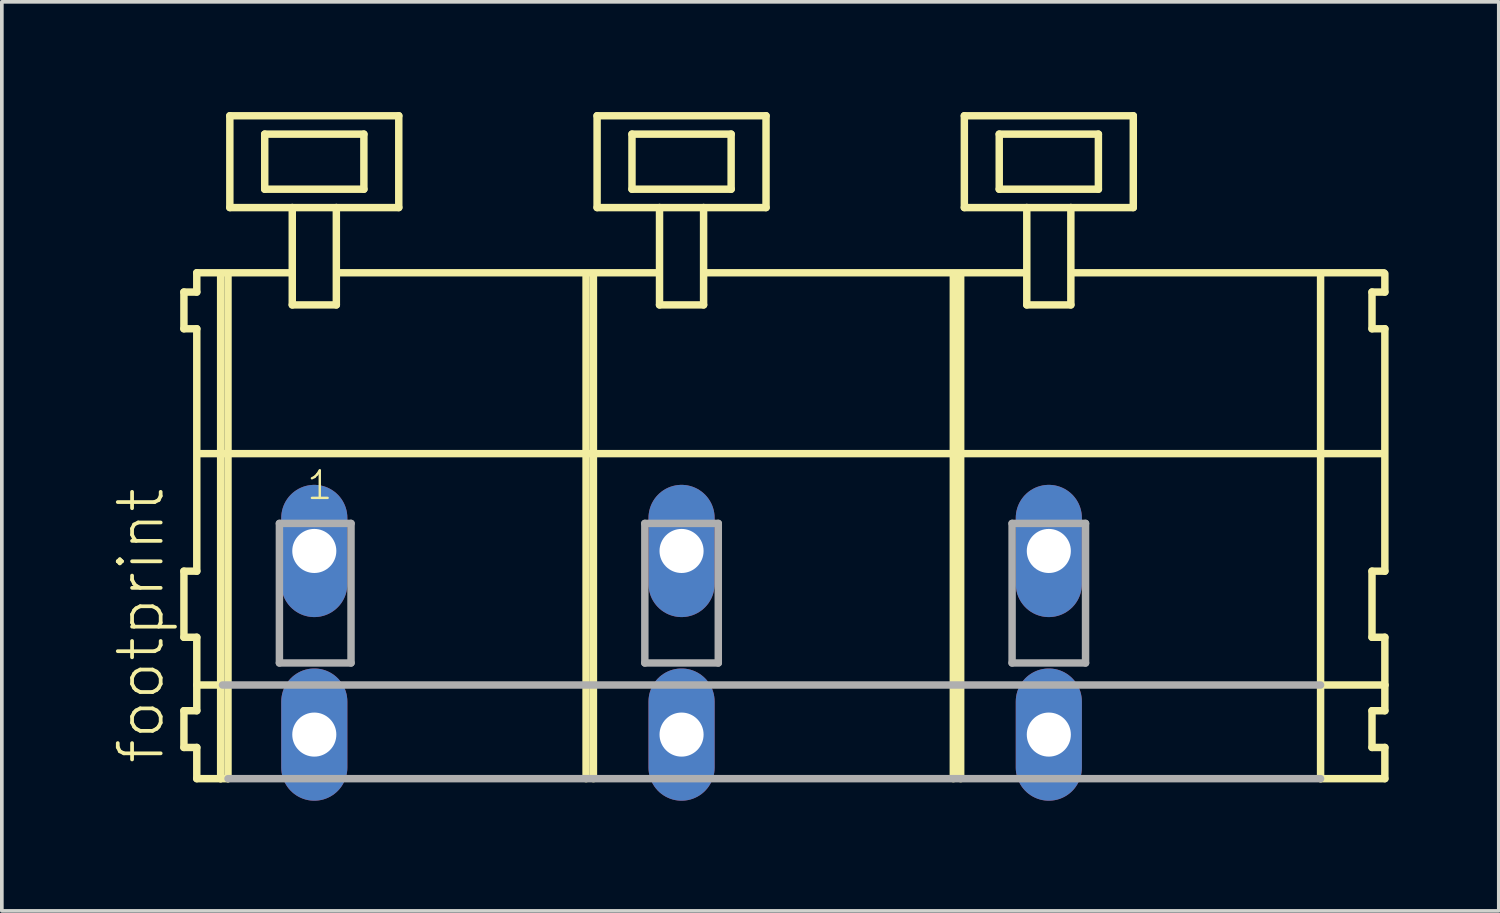
<source format=kicad_pcb>
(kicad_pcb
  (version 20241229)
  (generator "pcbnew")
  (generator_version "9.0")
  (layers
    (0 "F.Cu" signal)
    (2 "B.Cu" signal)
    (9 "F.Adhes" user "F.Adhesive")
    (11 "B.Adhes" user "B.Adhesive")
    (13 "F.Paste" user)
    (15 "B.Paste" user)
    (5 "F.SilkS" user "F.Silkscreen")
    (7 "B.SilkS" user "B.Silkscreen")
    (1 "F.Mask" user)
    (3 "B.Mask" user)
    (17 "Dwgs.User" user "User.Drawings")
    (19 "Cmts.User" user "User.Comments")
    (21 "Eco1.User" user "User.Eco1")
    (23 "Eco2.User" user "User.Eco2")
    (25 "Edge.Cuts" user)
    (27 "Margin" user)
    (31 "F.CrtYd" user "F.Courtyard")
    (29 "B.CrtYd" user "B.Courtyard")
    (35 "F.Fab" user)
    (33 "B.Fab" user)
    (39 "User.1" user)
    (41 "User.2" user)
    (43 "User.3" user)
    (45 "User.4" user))
  (footprint "footprint"
    (layer "F.Cu")
    (at 13.008 11.952)
    (property "Reference" "footprint" (at -11.535 5.855 90) (layer "F.SilkS") (effects (font (size 1.168 1.168) (thickness 0.102)) (justify left bottom)))
    (fp_line (start -11.05 -7.05) (end -11.05 -6.05) (stroke (width 0.203) (type solid)) (layer "F.SilkS"))
    (fp_line (start -11.05 -6.05) (end -10.7 -6.05) (stroke (width 0.203) (type solid)) (layer "F.SilkS"))
    (fp_line (start -11.05 0.55) (end -11.05 2.35) (stroke (width 0.203) (type solid)) (layer "F.SilkS"))
    (fp_line (start -11.05 2.35) (end -10.7 2.35) (stroke (width 0.203) (type solid)) (layer "F.SilkS"))
    (fp_line (start -11.05 4.35) (end -11.05 5.35) (stroke (width 0.203) (type solid)) (layer "F.SilkS"))
    (fp_line (start -11.05 5.35) (end -10.7 5.35) (stroke (width 0.203) (type solid)) (layer "F.SilkS"))
    (fp_line (start -10.7 -7.575) (end -10.7 -7.05) (stroke (width 0.203) (type solid)) (layer "F.SilkS"))
    (fp_line (start -10.7 -7.575) (end -8.125 -7.575) (stroke (width 0.203) (type solid)) (layer "F.SilkS"))
    (fp_line (start -10.7 -7.05) (end -11.05 -7.05) (stroke (width 0.203) (type solid)) (layer "F.SilkS"))
    (fp_line (start -10.7 -6.05) (end -10.7 0.55) (stroke (width 0.203) (type solid)) (layer "F.SilkS"))
    (fp_line (start -10.7 0.55) (end -11.05 0.55) (stroke (width 0.203) (type solid)) (layer "F.SilkS"))
    (fp_line (start -10.7 2.35) (end -10.7 4.35) (stroke (width 0.203) (type solid)) (layer "F.SilkS"))
    (fp_line (start -10.7 3.65) (end -10 3.65) (stroke (width 0.203) (type solid)) (layer "F.SilkS"))
    (fp_line (start -10.7 4.35) (end -11.05 4.35) (stroke (width 0.203) (type solid)) (layer "F.SilkS"))
    (fp_line (start -10.7 5.35) (end -10.7 6.2) (stroke (width 0.203) (type solid)) (layer "F.SilkS"))
    (fp_line (start -10.7 6.2) (end -10.05 6.2) (stroke (width 0.203) (type solid)) (layer "F.SilkS"))
    (fp_line (start -10.65 -2.65) (end 21.6 -2.65) (stroke (width 0.203) (type solid)) (layer "F.SilkS"))
    (fp_line (start -10.05 -7.55) (end -10.05 6.2) (stroke (width 0.203) (type solid)) (layer "F.SilkS"))
    (fp_line (start -10.05 6.2) (end -9.85 6.2) (stroke (width 0.203) (type solid)) (layer "F.SilkS"))
    (fp_line (start -9.85 -7.55) (end -9.85 6.2) (stroke (width 0.203) (type solid)) (layer "F.SilkS"))
    (fp_line (start -9.8 -11.85) (end -9.8 -9.35) (stroke (width 0.203) (type solid)) (layer "F.SilkS"))
    (fp_line (start -9.8 -9.35) (end -8.1 -9.35) (stroke (width 0.203) (type solid)) (layer "F.SilkS"))
    (fp_line (start -8.85 -11.35) (end -8.85 -9.85) (stroke (width 0.203) (type solid)) (layer "F.SilkS"))
    (fp_line (start -8.85 -9.85) (end -6.15 -9.85) (stroke (width 0.203) (type solid)) (layer "F.SilkS"))
    (fp_line (start -8.1 -9.35) (end -8.1 -6.7) (stroke (width 0.203) (type solid)) (layer "F.SilkS"))
    (fp_line (start -8.1 -9.35) (end -6.9 -9.35) (stroke (width 0.203) (type solid)) (layer "F.SilkS"))
    (fp_line (start -8.1 -6.7) (end -6.9 -6.7) (stroke (width 0.203) (type solid)) (layer "F.SilkS"))
    (fp_line (start -6.9 -9.35) (end -5.2 -9.35) (stroke (width 0.203) (type solid)) (layer "F.SilkS"))
    (fp_line (start -6.9 -6.7) (end -6.9 -9.35) (stroke (width 0.203) (type solid)) (layer "F.SilkS"))
    (fp_line (start -6.825 -7.575) (end 1.875 -7.575) (stroke (width 0.203) (type solid)) (layer "F.SilkS"))
    (fp_line (start -6.15 -11.35) (end -8.85 -11.35) (stroke (width 0.203) (type solid)) (layer "F.SilkS"))
    (fp_line (start -6.15 -9.85) (end -6.15 -11.35) (stroke (width 0.203) (type solid)) (layer "F.SilkS"))
    (fp_line (start -5.2 -11.85) (end -9.8 -11.85) (stroke (width 0.203) (type solid)) (layer "F.SilkS"))
    (fp_line (start -5.2 -9.35) (end -5.2 -11.85) (stroke (width 0.203) (type solid)) (layer "F.SilkS"))
    (fp_line (start -0.1 -7.55) (end -0.1 6.2) (stroke (width 0.203) (type solid)) (layer "F.SilkS"))
    (fp_line (start 0.1 -7.55) (end 0.1 6.2) (stroke (width 0.203) (type solid)) (layer "F.SilkS"))
    (fp_line (start 0.2 -11.85) (end 0.2 -9.35) (stroke (width 0.203) (type solid)) (layer "F.SilkS"))
    (fp_line (start 0.2 -9.35) (end 1.9 -9.35) (stroke (width 0.203) (type solid)) (layer "F.SilkS"))
    (fp_line (start 1.15 -11.35) (end 1.15 -9.85) (stroke (width 0.203) (type solid)) (layer "F.SilkS"))
    (fp_line (start 1.15 -9.85) (end 3.85 -9.85) (stroke (width 0.203) (type solid)) (layer "F.SilkS"))
    (fp_line (start 1.9 -9.35) (end 1.9 -6.7) (stroke (width 0.203) (type solid)) (layer "F.SilkS"))
    (fp_line (start 1.9 -9.35) (end 3.1 -9.35) (stroke (width 0.203) (type solid)) (layer "F.SilkS"))
    (fp_line (start 1.9 -6.7) (end 3.1 -6.7) (stroke (width 0.203) (type solid)) (layer "F.SilkS"))
    (fp_line (start 3.1 -9.35) (end 4.8 -9.35) (stroke (width 0.203) (type solid)) (layer "F.SilkS"))
    (fp_line (start 3.1 -6.7) (end 3.1 -9.35) (stroke (width 0.203) (type solid)) (layer "F.SilkS"))
    (fp_line (start 3.175 -7.575) (end 11.875 -7.575) (stroke (width 0.203) (type solid)) (layer "F.SilkS"))
    (fp_line (start 3.85 -11.35) (end 1.15 -11.35) (stroke (width 0.203) (type solid)) (layer "F.SilkS"))
    (fp_line (start 3.85 -9.85) (end 3.85 -11.35) (stroke (width 0.203) (type solid)) (layer "F.SilkS"))
    (fp_line (start 4.8 -11.85) (end 0.2 -11.85) (stroke (width 0.203) (type solid)) (layer "F.SilkS"))
    (fp_line (start 4.8 -9.35) (end 4.8 -11.85) (stroke (width 0.203) (type solid)) (layer "F.SilkS"))
    (fp_line (start 9.9 -7.55) (end 9.9 6.2) (stroke (width 0.203) (type solid)) (layer "F.SilkS"))
    (fp_line (start 10.1 -7.55) (end 10.1 6.2) (stroke (width 0.203) (type solid)) (layer "F.SilkS"))
    (fp_line (start 10.2 -11.85) (end 10.2 -9.35) (stroke (width 0.203) (type solid)) (layer "F.SilkS"))
    (fp_line (start 10.2 -9.35) (end 11.9 -9.35) (stroke (width 0.203) (type solid)) (layer "F.SilkS"))
    (fp_line (start 11.15 -11.35) (end 11.15 -9.85) (stroke (width 0.203) (type solid)) (layer "F.SilkS"))
    (fp_line (start 11.15 -9.85) (end 13.85 -9.85) (stroke (width 0.203) (type solid)) (layer "F.SilkS"))
    (fp_line (start 11.9 -9.35) (end 11.9 -6.7) (stroke (width 0.203) (type solid)) (layer "F.SilkS"))
    (fp_line (start 11.9 -9.35) (end 13.1 -9.35) (stroke (width 0.203) (type solid)) (layer "F.SilkS"))
    (fp_line (start 11.9 -6.7) (end 13.1 -6.7) (stroke (width 0.203) (type solid)) (layer "F.SilkS"))
    (fp_line (start 13.1 -9.35) (end 14.8 -9.35) (stroke (width 0.203) (type solid)) (layer "F.SilkS"))
    (fp_line (start 13.1 -6.7) (end 13.1 -9.35) (stroke (width 0.203) (type solid)) (layer "F.SilkS"))
    (fp_line (start 13.125 -7.575) (end 21.625 -7.575) (stroke (width 0.203) (type solid)) (layer "F.SilkS"))
    (fp_line (start 13.85 -11.35) (end 11.15 -11.35) (stroke (width 0.203) (type solid)) (layer "F.SilkS"))
    (fp_line (start 13.85 -9.85) (end 13.85 -11.35) (stroke (width 0.203) (type solid)) (layer "F.SilkS"))
    (fp_line (start 14.8 -11.85) (end 10.2 -11.85) (stroke (width 0.203) (type solid)) (layer "F.SilkS"))
    (fp_line (start 14.8 -9.35) (end 14.8 -11.85) (stroke (width 0.203) (type solid)) (layer "F.SilkS"))
    (fp_line (start 19.9 -7.55) (end 19.9 6.2) (stroke (width 0.203) (type solid)) (layer "F.SilkS"))
    (fp_line (start 19.9 6.2) (end 21.65 6.2) (stroke (width 0.203) (type solid)) (layer "F.SilkS"))
    (fp_line (start 19.95 3.65) (end 21.65 3.65) (stroke (width 0.203) (type solid)) (layer "F.SilkS"))
    (fp_line (start 21.3 -7.05) (end 21.3 -6.05) (stroke (width 0.203) (type solid)) (layer "F.SilkS"))
    (fp_line (start 21.3 -6.05) (end 21.65 -6.05) (stroke (width 0.203) (type solid)) (layer "F.SilkS"))
    (fp_line (start 21.3 0.55) (end 21.3 2.35) (stroke (width 0.203) (type solid)) (layer "F.SilkS"))
    (fp_line (start 21.3 2.35) (end 21.65 2.35) (stroke (width 0.203) (type solid)) (layer "F.SilkS"))
    (fp_line (start 21.3 4.35) (end 21.3 5.35) (stroke (width 0.203) (type solid)) (layer "F.SilkS"))
    (fp_line (start 21.3 5.35) (end 21.65 5.35) (stroke (width 0.203) (type solid)) (layer "F.SilkS"))
    (fp_line (start 21.65 -7.05) (end 21.3 -7.05) (stroke (width 0.203) (type solid)) (layer "F.SilkS"))
    (fp_line (start 21.65 -7.05) (end 21.65 -7.55) (stroke (width 0.203) (type solid)) (layer "F.SilkS"))
    (fp_line (start 21.65 0.55) (end 21.3 0.55) (stroke (width 0.203) (type solid)) (layer "F.SilkS"))
    (fp_line (start 21.65 0.55) (end 21.65 -6.05) (stroke (width 0.203) (type solid)) (layer "F.SilkS"))
    (fp_line (start 21.65 3.65) (end 21.65 2.35) (stroke (width 0.203) (type solid)) (layer "F.SilkS"))
    (fp_line (start 21.65 4.35) (end 21.3 4.35) (stroke (width 0.203) (type solid)) (layer "F.SilkS"))
    (fp_line (start 21.65 4.35) (end 21.65 3.65) (stroke (width 0.203) (type solid)) (layer "F.SilkS"))
    (fp_line (start 21.65 6.2) (end 21.65 5.35) (stroke (width 0.203) (type solid)) (layer "F.SilkS"))
    (fp_line (start -10 3.65) (end 19.9 3.65) (stroke (width 0.203) (type solid)) (layer "F.Fab"))
    (fp_line (start -9.85 6.2) (end 19.9 6.2) (stroke (width 0.203) (type solid)) (layer "F.Fab"))
    (fp_line (start -8.45 -0.75) (end -8.45 3.05) (stroke (width 0.203) (type solid)) (layer "F.Fab"))
    (fp_line (start -8.45 3.05) (end -6.5 3.05) (stroke (width 0.203) (type solid)) (layer "F.Fab"))
    (fp_line (start -6.5 -0.75) (end -8.45 -0.75) (stroke (width 0.203) (type solid)) (layer "F.Fab"))
    (fp_line (start -6.5 3.05) (end -6.5 -0.75) (stroke (width 0.203) (type solid)) (layer "F.Fab"))
    (fp_line (start 1.5 -0.75) (end 1.5 3.05) (stroke (width 0.203) (type solid)) (layer "F.Fab"))
    (fp_line (start 1.5 3.05) (end 3.5 3.05) (stroke (width 0.203) (type solid)) (layer "F.Fab"))
    (fp_line (start 3.5 -0.75) (end 1.5 -0.75) (stroke (width 0.203) (type solid)) (layer "F.Fab"))
    (fp_line (start 3.5 3.05) (end 3.5 -0.75) (stroke (width 0.203) (type solid)) (layer "F.Fab"))
    (fp_line (start 11.5 -0.75) (end 11.5 3.05) (stroke (width 0.203) (type solid)) (layer "F.Fab"))
    (fp_line (start 11.5 3.05) (end 13.5 3.05) (stroke (width 0.203) (type solid)) (layer "F.Fab"))
    (fp_line (start 13.5 -0.75) (end 11.5 -0.75) (stroke (width 0.203) (type solid)) (layer "F.Fab"))
    (fp_line (start 13.5 3.05) (end 13.5 -0.75) (stroke (width 0.203) (type solid)) (layer "F.Fab"))
    (fp_text user "1" (at -7.75 -1.35 0) (layer "F.SilkS") (effects (font (size 0.748 0.748) (thickness 0.065)) (justify left bottom)))
    (pad "A1" thru_hole oval (at -7.5 0 90) (size 3.6 1.8) (drill 1.2) (layers "*.Cu" "*.Mask"))
    (pad "A2" thru_hole oval (at 2.5 0 90) (size 3.6 1.8) (drill 1.2) (layers "*.Cu" "*.Mask"))
    (pad "A3" thru_hole oval (at 12.5 0 90) (size 3.6 1.8) (drill 1.2) (layers "*.Cu" "*.Mask"))
    (pad "B1" thru_hole oval (at -7.5 5 90) (size 3.6 1.8) (drill 1.2) (layers "*.Cu" "*.Mask"))
    (pad "B2" thru_hole oval (at 2.5 5 90) (size 3.6 1.8) (drill 1.2) (layers "*.Cu" "*.Mask"))
    (pad "B3" thru_hole oval (at 12.5 5 90) (size 3.6 1.8) (drill 1.2) (layers "*.Cu" "*.Mask")))
  (gr_rect
    (start -3 -3)
    (end 37.76 21.752)
    (stroke (width 0.1) (type default))
    (fill no)
    (layer "Edge.Cuts")))
</source>
